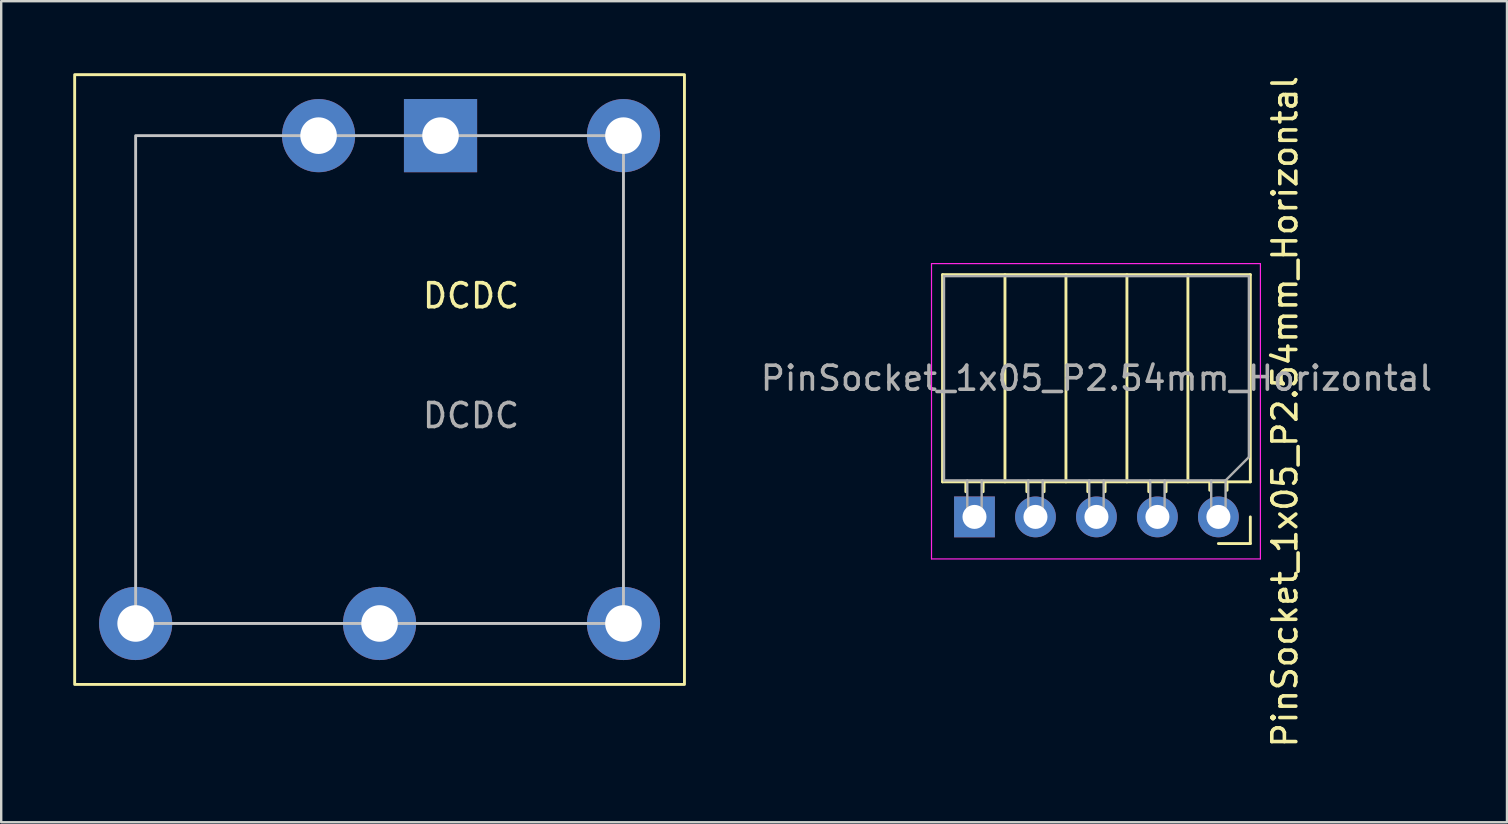
<source format=kicad_pcb>
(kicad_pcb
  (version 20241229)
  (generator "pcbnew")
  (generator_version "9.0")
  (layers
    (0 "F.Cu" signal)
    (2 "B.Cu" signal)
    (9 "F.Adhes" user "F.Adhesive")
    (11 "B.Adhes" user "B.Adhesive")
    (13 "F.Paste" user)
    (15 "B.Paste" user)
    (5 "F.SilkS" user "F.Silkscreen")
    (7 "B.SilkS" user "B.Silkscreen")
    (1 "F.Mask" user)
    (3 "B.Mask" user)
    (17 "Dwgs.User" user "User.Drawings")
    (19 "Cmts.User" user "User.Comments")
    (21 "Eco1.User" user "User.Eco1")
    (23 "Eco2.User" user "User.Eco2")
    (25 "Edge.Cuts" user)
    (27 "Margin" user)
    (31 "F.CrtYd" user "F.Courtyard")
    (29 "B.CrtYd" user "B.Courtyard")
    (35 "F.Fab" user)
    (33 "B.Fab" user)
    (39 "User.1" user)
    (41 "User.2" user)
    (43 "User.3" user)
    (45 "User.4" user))
  (footprint "DCDC"
    (layer "F.Cu")
    (at 12.76 12.76)
    (property "Reference" "DCDC" (at 3.81 -3.49 0) (layer "F.SilkS") (effects (font (size 1 1) (thickness 0.15))))
    (attr through_hole)
    (fp_rect (start -12.7 -12.7) (end 12.7 12.7) (stroke (width 0.12) (type default)) (fill no) (layer "F.SilkS"))
    (fp_rect (start -10.16 -10.16) (end 10.16 10.16) (stroke (width 0.12) (type default)) (fill no) (layer "Dwgs.User"))
    (fp_text user "${REFERENCE}" (at 3.81 1.5 0) (layer "F.Fab") (effects (font (size 1 1) (thickness 0.15))))
    (pad "1" thru_hole rect (at 2.54 -10.16) (size 3.048 3.048) (drill 1.524) (layers "*.Cu" "*.Mask"))
    (pad "2" thru_hole circle (at -2.54 -10.16) (size 3.048 3.048) (drill 1.524) (layers "*.Cu" "*.Mask"))
    (pad "3" thru_hole circle (at -10.16 10.16) (size 3.048 3.048) (drill 1.524) (layers "*.Cu" "*.Mask"))
    (pad "4" thru_hole circle (at 0 10.16) (size 3.048 3.048) (drill 1.524) (layers "*.Cu" "*.Mask"))
    (pad "5" thru_hole circle (at 10.16 10.16) (size 3.048 3.048) (drill 1.524) (layers "*.Cu" "*.Mask"))
    (pad "6" thru_hole circle (at 10.16 -10.16) (size 3.048 3.048) (drill 1.524) (layers "*.Cu" "*.Mask")))
  (footprint "PinSocket_1x05_P2.54mm_Horizontal"
    (layer "F.Cu")
    (at 42.621 18.481)
    (property "Reference" "PinSocket_1x05_P2.54mm_Horizontal" (at 7.85 -4.38 270) (layer "F.SilkS") (effects (font (size 1 1) (thickness 0.15))))
    (attr through_hole)
    (fp_line (start -6.41 -10.09) (end -6.41 -1.46) (stroke (width 0.12) (type solid)) (layer "F.SilkS"))
    (fp_line (start -5.44 -1.46) (end -5.44 -1.05) (stroke (width 0.12) (type solid)) (layer "F.SilkS"))
    (fp_line (start -4.72 -1.46) (end -4.72 -1.05) (stroke (width 0.12) (type solid)) (layer "F.SilkS"))
    (fp_line (start -3.81 -10.09) (end -3.81 -1.46) (stroke (width 0.12) (type solid)) (layer "F.SilkS"))
    (fp_line (start -2.9 -1.46) (end -2.9 -1.05) (stroke (width 0.12) (type solid)) (layer "F.SilkS"))
    (fp_line (start -2.18 -1.46) (end -2.18 -1.05) (stroke (width 0.12) (type solid)) (layer "F.SilkS"))
    (fp_line (start -1.27 -10.09) (end -1.27 -1.46) (stroke (width 0.12) (type solid)) (layer "F.SilkS"))
    (fp_line (start -0.36 -1.46) (end -0.36 -1.05) (stroke (width 0.12) (type solid)) (layer "F.SilkS"))
    (fp_line (start 0.36 -1.46) (end 0.36 -1.05) (stroke (width 0.12) (type solid)) (layer "F.SilkS"))
    (fp_line (start 1.27 -10.09) (end 1.27 -1.46) (stroke (width 0.12) (type solid)) (layer "F.SilkS"))
    (fp_line (start 2.18 -1.46) (end 2.18 -1.05) (stroke (width 0.12) (type solid)) (layer "F.SilkS"))
    (fp_line (start 2.9 -1.46) (end 2.9 -1.05) (stroke (width 0.12) (type solid)) (layer "F.SilkS"))
    (fp_line (start 3.81 -10.09) (end 3.81 -1.46) (stroke (width 0.12) (type solid)) (layer "F.SilkS"))
    (fp_line (start 4.72 -1.46) (end 4.72 -1.11) (stroke (width 0.12) (type solid)) (layer "F.SilkS"))
    (fp_line (start 5.44 -1.46) (end 5.44 -1.11) (stroke (width 0.12) (type solid)) (layer "F.SilkS"))
    (fp_line (start 6.41 -10.09) (end -6.41 -10.09) (stroke (width 0.12) (type solid)) (layer "F.SilkS"))
    (fp_line (start 6.41 -10.09) (end 6.41 -1.46) (stroke (width 0.12) (type solid)) (layer "F.SilkS"))
    (fp_line (start 6.41 -1.46) (end -6.41 -1.46) (stroke (width 0.12) (type solid)) (layer "F.SilkS"))
    (fp_line (start 6.41 0) (end 6.41 1.11) (stroke (width 0.12) (type solid)) (layer "F.SilkS"))
    (fp_line (start 6.41 1.11) (end 5.08 1.11) (stroke (width 0.12) (type solid)) (layer "F.SilkS"))
    (fp_line (start -6.87 -10.55) (end -6.87 1.75) (stroke (width 0.05) (type solid)) (layer "F.CrtYd"))
    (fp_line (start -6.87 1.75) (end 6.83 1.75) (stroke (width 0.05) (type solid)) (layer "F.CrtYd"))
    (fp_line (start 6.83 -10.55) (end -6.87 -10.55) (stroke (width 0.05) (type solid)) (layer "F.CrtYd"))
    (fp_line (start 6.83 1.75) (end 6.83 -10.55) (stroke (width 0.05) (type solid)) (layer "F.CrtYd"))
    (fp_line (start -6.35 -10.03) (end 6.35 -10.03) (stroke (width 0.1) (type solid)) (layer "F.Fab"))
    (fp_line (start -6.35 -1.52) (end -6.35 -10.03) (stroke (width 0.1) (type solid)) (layer "F.Fab"))
    (fp_line (start -5.38 -1.52) (end -5.38 0) (stroke (width 0.1) (type solid)) (layer "F.Fab"))
    (fp_line (start -5.38 0) (end -4.78 0) (stroke (width 0.1) (type solid)) (layer "F.Fab"))
    (fp_line (start -4.78 0) (end -4.78 -1.52) (stroke (width 0.1) (type solid)) (layer "F.Fab"))
    (fp_line (start -2.84 -1.52) (end -2.84 0) (stroke (width 0.1) (type solid)) (layer "F.Fab"))
    (fp_line (start -2.84 0) (end -2.24 0) (stroke (width 0.1) (type solid)) (layer "F.Fab"))
    (fp_line (start -2.24 0) (end -2.24 -1.52) (stroke (width 0.1) (type solid)) (layer "F.Fab"))
    (fp_line (start -0.3 -1.52) (end -0.3 0) (stroke (width 0.1) (type solid)) (layer "F.Fab"))
    (fp_line (start -0.3 0) (end 0.3 0) (stroke (width 0.1) (type solid)) (layer "F.Fab"))
    (fp_line (start 0.3 0) (end 0.3 -1.52) (stroke (width 0.1) (type solid)) (layer "F.Fab"))
    (fp_line (start 2.24 -1.52) (end 2.24 0) (stroke (width 0.1) (type solid)) (layer "F.Fab"))
    (fp_line (start 2.24 0) (end 2.84 0) (stroke (width 0.1) (type solid)) (layer "F.Fab"))
    (fp_line (start 2.84 0) (end 2.84 -1.52) (stroke (width 0.1) (type solid)) (layer "F.Fab"))
    (fp_line (start 4.78 -1.52) (end 4.78 0) (stroke (width 0.1) (type solid)) (layer "F.Fab"))
    (fp_line (start 4.78 0) (end 5.38 0) (stroke (width 0.1) (type solid)) (layer "F.Fab"))
    (fp_line (start 5.38 -1.52) (end -6.35 -1.52) (stroke (width 0.1) (type solid)) (layer "F.Fab"))
    (fp_line (start 5.38 0) (end 5.38 -1.52) (stroke (width 0.1) (type solid)) (layer "F.Fab"))
    (fp_line (start 6.35 -10.03) (end 6.35 -2.49) (stroke (width 0.1) (type solid)) (layer "F.Fab"))
    (fp_line (start 6.35 -2.49) (end 5.38 -1.52) (stroke (width 0.1) (type solid)) (layer "F.Fab"))
    (fp_text user "${REFERENCE}" (at 0 -5.775 0) (layer "F.Fab") (effects (font (size 1 1) (thickness 0.15))))
    (pad "1" thru_hole rect (at -5.08 0 270) (size 1.7 1.7) (drill 1) (layers "*.Cu" "*.Mask"))
    (pad "2" thru_hole oval (at -2.54 0 270) (size 1.7 1.7) (drill 1) (layers "*.Cu" "*.Mask"))
    (pad "3" thru_hole oval (at 0 0 270) (size 1.7 1.7) (drill 1) (layers "*.Cu" "*.Mask"))
    (pad "4" thru_hole oval (at 2.54 0 270) (size 1.7 1.7) (drill 1) (layers "*.Cu" "*.Mask"))
    (pad "5" thru_hole circle (at 5.08 0 270) (size 1.7 1.7) (drill 1) (layers "*.Cu" "*.Mask")))
  (gr_rect
    (start -3 -3)
    (end 59.722 31.202)
    (stroke (width 0.1) (type default))
    (fill no)
    (layer "Edge.Cuts")))
</source>
